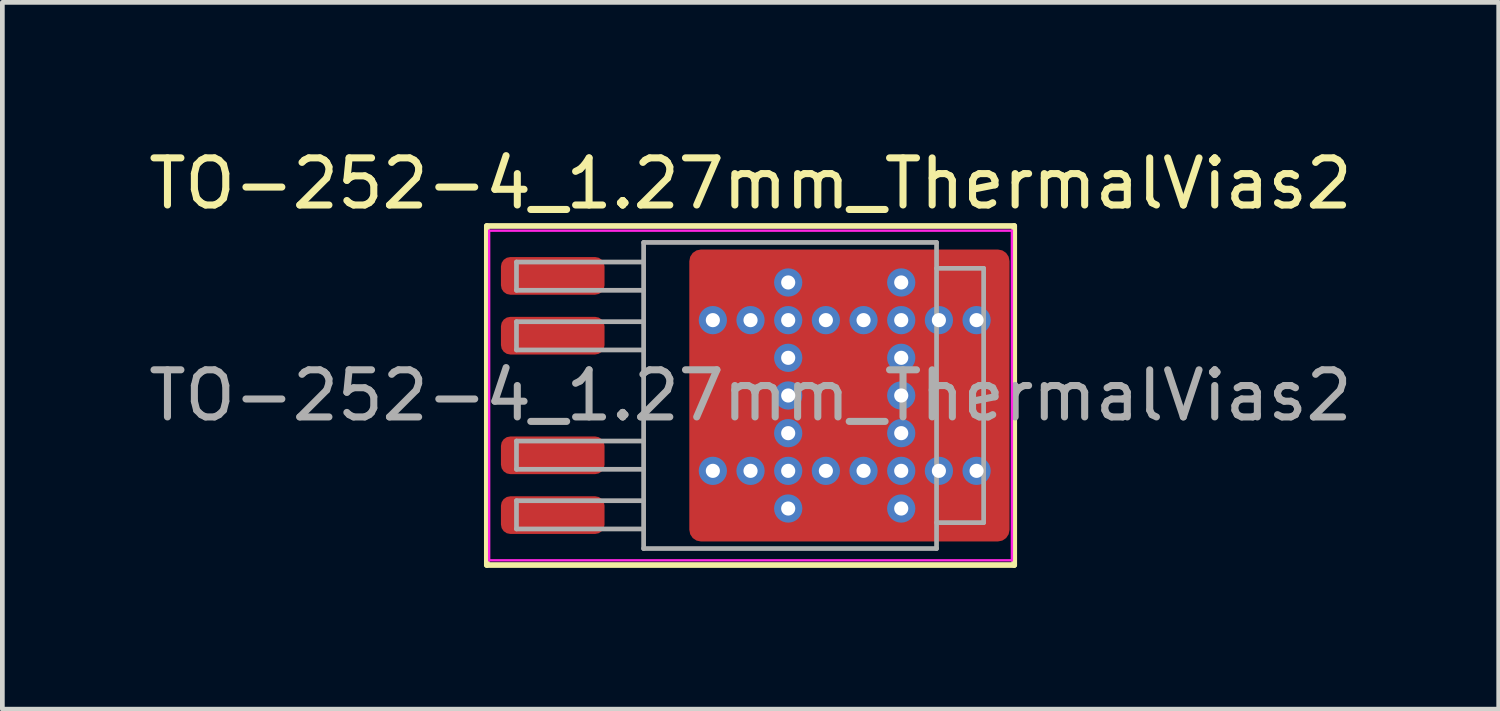
<source format=kicad_pcb>
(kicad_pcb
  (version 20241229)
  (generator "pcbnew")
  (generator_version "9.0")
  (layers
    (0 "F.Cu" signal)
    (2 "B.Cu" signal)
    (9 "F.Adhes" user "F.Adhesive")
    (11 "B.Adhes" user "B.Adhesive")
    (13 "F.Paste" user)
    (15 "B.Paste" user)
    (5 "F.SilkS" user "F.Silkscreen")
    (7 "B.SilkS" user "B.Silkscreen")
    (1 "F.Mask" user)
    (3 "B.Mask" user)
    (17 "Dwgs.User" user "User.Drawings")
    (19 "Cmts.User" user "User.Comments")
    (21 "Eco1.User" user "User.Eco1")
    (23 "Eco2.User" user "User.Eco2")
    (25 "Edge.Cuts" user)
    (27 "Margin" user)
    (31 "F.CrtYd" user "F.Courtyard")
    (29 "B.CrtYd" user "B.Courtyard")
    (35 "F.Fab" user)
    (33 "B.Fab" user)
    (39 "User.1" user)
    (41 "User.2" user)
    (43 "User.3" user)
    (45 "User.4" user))
  (footprint "TO-252-4_1.27mm_ThermalVias2"
    (layer "F.Cu")
    (at 12.887 5.348)
    (property "Reference" "TO-252-4_1.27mm_ThermalVias2" (at 0 -4.5 0) (layer "F.SilkS") (effects (font (size 1 1) (thickness 0.15))))
    (attr smd)
    (fp_line (start -5.6 -3.6) (end -5.6 3.6) (stroke (width 0.12) (type solid)) (layer "F.SilkS"))
    (fp_line (start -5.6 3.6) (end 5.6 3.6) (stroke (width 0.12) (type solid)) (layer "F.SilkS"))
    (fp_line (start 5.6 -3.6) (end -5.6 -3.6) (stroke (width 0.12) (type solid)) (layer "F.SilkS"))
    (fp_line (start 5.6 3.6) (end 5.6 -3.6) (stroke (width 0.12) (type solid)) (layer "F.SilkS"))
    (fp_line (start -5.55 -3.5) (end -5.55 3.5) (stroke (width 0.05) (type solid)) (layer "F.CrtYd"))
    (fp_line (start -5.55 3.5) (end 5.55 3.5) (stroke (width 0.05) (type solid)) (layer "F.CrtYd"))
    (fp_line (start 5.55 -3.5) (end -5.55 -3.5) (stroke (width 0.05) (type solid)) (layer "F.CrtYd"))
    (fp_line (start 5.55 3.5) (end 5.55 -3.5) (stroke (width 0.05) (type solid)) (layer "F.CrtYd"))
    (fp_line (start -4.97 -2.834) (end -4.97 -2.234) (stroke (width 0.1) (type solid)) (layer "F.Fab"))
    (fp_line (start -4.97 -2.234) (end -2.27 -2.234) (stroke (width 0.1) (type solid)) (layer "F.Fab"))
    (fp_line (start -4.97 -1.567) (end -4.97 -0.967) (stroke (width 0.1) (type solid)) (layer "F.Fab"))
    (fp_line (start -4.97 -0.967) (end -2.27 -0.967) (stroke (width 0.1) (type solid)) (layer "F.Fab"))
    (fp_line (start -4.97 0.967) (end -4.97 1.567) (stroke (width 0.1) (type solid)) (layer "F.Fab"))
    (fp_line (start -4.97 1.567) (end -2.27 1.567) (stroke (width 0.1) (type solid)) (layer "F.Fab"))
    (fp_line (start -4.97 2.234) (end -4.97 2.834) (stroke (width 0.1) (type solid)) (layer "F.Fab"))
    (fp_line (start -4.97 2.834) (end -2.27 2.834) (stroke (width 0.1) (type solid)) (layer "F.Fab"))
    (fp_line (start -2.3 -2.834) (end -4.97 -2.834) (stroke (width 0.1) (type solid)) (layer "F.Fab"))
    (fp_line (start -2.27 -3.25) (end 3.95 -3.25) (stroke (width 0.1) (type solid)) (layer "F.Fab"))
    (fp_line (start -2.27 -1.567) (end -4.97 -1.567) (stroke (width 0.1) (type solid)) (layer "F.Fab"))
    (fp_line (start -2.27 0.967) (end -4.97 0.967) (stroke (width 0.1) (type solid)) (layer "F.Fab"))
    (fp_line (start -2.27 2.234) (end -4.97 2.234) (stroke (width 0.1) (type solid)) (layer "F.Fab"))
    (fp_line (start -2.27 3.25) (end -2.27 -3.25) (stroke (width 0.1) (type solid)) (layer "F.Fab"))
    (fp_line (start 3.95 -3.25) (end 3.95 3.25) (stroke (width 0.1) (type solid)) (layer "F.Fab"))
    (fp_line (start 3.95 -2.7) (end 4.95 -2.7) (stroke (width 0.1) (type solid)) (layer "F.Fab"))
    (fp_line (start 3.95 3.25) (end -2.27 3.25) (stroke (width 0.1) (type solid)) (layer "F.Fab"))
    (fp_line (start 4.95 -2.7) (end 4.95 2.7) (stroke (width 0.1) (type solid)) (layer "F.Fab"))
    (fp_line (start 4.95 2.7) (end 3.95 2.7) (stroke (width 0.1) (type solid)) (layer "F.Fab"))
    (fp_text user "${REFERENCE}" (at 0 0 0) (layer "F.Fab") (effects (font (size 1 1) (thickness 0.15))))
    (pad "" smd roundrect (at -0.7 -2.4) (size 0.6 0.8) (layers "F.Paste") (roundrect_rratio 0.25))
    (pad "" smd roundrect (at -0.7 -0.875) (size 0.6 0.65) (layers "F.Paste") (roundrect_rratio 0.25))
    (pad "" smd roundrect (at -0.7 0) (size 0.6 0.7) (layers "F.Paste") (roundrect_rratio 0.25))
    (pad "" smd roundrect (at -0.7 0.875) (size 0.6 0.65) (layers "F.Paste") (roundrect_rratio 0.25))
    (pad "" smd roundrect (at -0.7 2.4) (size 0.6 0.8) (layers "F.Paste") (roundrect_rratio 0.25))
    (pad "" smd roundrect (at -0.3 -2.4 90) (size 1 1.6) (layers "F.Mask") (roundrect_rratio 0.25))
    (pad "" smd roundrect (at -0.3 0 90) (size 2.6 1.6) (layers "F.Mask") (roundrect_rratio 0.156))
    (pad "" smd roundrect (at -0.3 2.4 90) (size 1 1.6) (layers "F.Mask") (roundrect_rratio 0.25))
    (pad "" smd roundrect (at 0.1 -2.4) (size 0.6 0.8) (layers "F.Paste") (roundrect_rratio 0.25))
    (pad "" smd roundrect (at 0.1 -0.875) (size 0.6 0.65) (layers "F.Paste") (roundrect_rratio 0.25))
    (pad "" smd roundrect (at 0.1 0) (size 0.6 0.7) (layers "F.Paste") (roundrect_rratio 0.25))
    (pad "" smd roundrect (at 0.1 0.875) (size 0.6 0.65) (layers "F.Paste") (roundrect_rratio 0.25))
    (pad "" smd roundrect (at 0.1 2.4) (size 0.6 0.8) (layers "F.Paste") (roundrect_rratio 0.25))
    (pad "" smd roundrect (at 1.575 -2.4) (size 0.65 0.8) (layers "F.Paste") (roundrect_rratio 0.25))
    (pad "" smd roundrect (at 1.575 -0.875) (size 0.65 0.65) (layers "F.Paste") (roundrect_rratio 0.25))
    (pad "" smd roundrect (at 1.575 0) (size 0.65 0.7) (layers "F.Paste") (roundrect_rratio 0.25))
    (pad "" smd roundrect (at 1.575 0.875) (size 0.65 0.65) (layers "F.Paste") (roundrect_rratio 0.25))
    (pad "" smd roundrect (at 1.575 2.4) (size 0.65 0.8) (layers "F.Paste") (roundrect_rratio 0.25))
    (pad "" smd roundrect (at 2 -2.4 90) (size 1 1.8) (layers "F.Mask") (roundrect_rratio 0.25))
    (pad "" smd roundrect (at 2 0 90) (size 2.6 1.8) (layers "F.Mask") (roundrect_rratio 0.139))
    (pad "" smd roundrect (at 2 2.4 90) (size 1 1.8) (layers "F.Mask") (roundrect_rratio 0.25))
    (pad "" smd roundrect (at 2.425 -2.4) (size 0.65 0.8) (layers "F.Paste") (roundrect_rratio 0.25))
    (pad "" smd roundrect (at 2.425 -0.875) (size 0.65 0.65) (layers "F.Paste") (roundrect_rratio 0.25))
    (pad "" smd roundrect (at 2.425 0) (size 0.65 0.7) (layers "F.Paste") (roundrect_rratio 0.25))
    (pad "" smd roundrect (at 2.425 0.875) (size 0.65 0.65) (layers "F.Paste") (roundrect_rratio 0.25))
    (pad "" smd roundrect (at 2.425 2.4) (size 0.65 0.8) (layers "F.Paste") (roundrect_rratio 0.25))
    (pad "" smd roundrect (at 3.975 -2.4) (size 0.65 0.8) (layers "F.Paste") (roundrect_rratio 0.25))
    (pad "" smd roundrect (at 3.975 -0.875) (size 0.65 0.65) (layers "F.Paste") (roundrect_rratio 0.25))
    (pad "" smd roundrect (at 3.975 0) (size 0.65 0.7) (layers "F.Paste") (roundrect_rratio 0.25))
    (pad "" smd roundrect (at 3.975 0.875) (size 0.65 0.65) (layers "F.Paste") (roundrect_rratio 0.25))
    (pad "" smd roundrect (at 3.975 2.4) (size 0.65 0.8) (layers "F.Paste") (roundrect_rratio 0.25))
    (pad "" smd roundrect (at 4.4 -2.4 90) (size 1 1.8) (layers "F.Mask") (roundrect_rratio 0.25))
    (pad "" smd roundrect (at 4.4 0 90) (size 2.6 1.8) (layers "F.Mask") (roundrect_rratio 0.139))
    (pad "" smd roundrect (at 4.4 2.4 90) (size 1 1.8) (layers "F.Mask") (roundrect_rratio 0.25))
    (pad "" smd roundrect (at 4.825 -2.4) (size 0.65 0.8) (layers "F.Paste") (roundrect_rratio 0.25))
    (pad "" smd roundrect (at 4.825 -0.875) (size 0.65 0.65) (layers "F.Paste") (roundrect_rratio 0.25))
    (pad "" smd roundrect (at 4.825 0) (size 0.65 0.7) (layers "F.Paste") (roundrect_rratio 0.25))
    (pad "" smd roundrect (at 4.825 0.875) (size 0.65 0.65) (layers "F.Paste") (roundrect_rratio 0.25))
    (pad "" smd roundrect (at 4.825 2.4) (size 0.65 0.8) (layers "F.Paste") (roundrect_rratio 0.25))
    (pad "1" smd roundrect (at -4.2 -2.54) (size 2.2 0.8) (layers "F.Cu" "F.Mask" "F.Paste") (roundrect_rratio 0.25))
    (pad "2" smd roundrect (at -4.2 -1.27) (size 2.2 0.8) (layers "F.Cu" "F.Mask" "F.Paste") (roundrect_rratio 0.25))
    (pad "3" thru_hole circle (at -0.8 -1.6) (size 0.6 0.6) (drill 0.3) (property pad_prop_heatsink) (layers "*.Cu" "*.Mask"))
    (pad "3" thru_hole circle (at -0.8 1.6) (size 0.6 0.6) (drill 0.3) (property pad_prop_heatsink) (layers "*.Cu" "*.Mask"))
    (pad "3" thru_hole circle (at 0 -1.6) (size 0.6 0.6) (drill 0.3) (property pad_prop_heatsink) (layers "*.Cu" "*.Mask"))
    (pad "3" thru_hole circle (at 0 1.6) (size 0.6 0.6) (drill 0.3) (property pad_prop_heatsink) (layers "*.Cu" "*.Mask"))
    (pad "3" thru_hole circle (at 0.8 -2.4) (size 0.6 0.6) (drill 0.3) (property pad_prop_heatsink) (layers "*.Cu" "*.Mask"))
    (pad "3" thru_hole circle (at 0.8 -1.6) (size 0.6 0.6) (drill 0.3) (property pad_prop_heatsink) (layers "*.Cu" "*.Mask"))
    (pad "3" thru_hole circle (at 0.8 -0.8) (size 0.6 0.6) (drill 0.3) (property pad_prop_heatsink) (layers "*.Cu" "*.Mask"))
    (pad "3" thru_hole circle (at 0.8 0) (size 0.6 0.6) (drill 0.3) (property pad_prop_heatsink) (layers "*.Cu" "*.Mask"))
    (pad "3" thru_hole circle (at 0.8 0.8) (size 0.6 0.6) (drill 0.3) (property pad_prop_heatsink) (layers "*.Cu" "*.Mask"))
    (pad "3" thru_hole circle (at 0.8 1.6) (size 0.6 0.6) (drill 0.3) (property pad_prop_heatsink) (layers "*.Cu" "*.Mask"))
    (pad "3" thru_hole circle (at 0.8 2.4) (size 0.6 0.6) (drill 0.3) (property pad_prop_heatsink) (layers "*.Cu" "*.Mask"))
    (pad "3" thru_hole circle (at 1.6 -1.6) (size 0.6 0.6) (drill 0.3) (property pad_prop_heatsink) (layers "*.Cu" "*.Mask"))
    (pad "3" thru_hole circle (at 1.6 1.6) (size 0.6 0.6) (drill 0.3) (property pad_prop_heatsink) (layers "*.Cu" "*.Mask"))
    (pad "3" smd roundrect (at 2.1 0) (size 6.8 6.2) (layers "F.Cu") (roundrect_rratio 0.04))
    (pad "3" thru_hole circle (at 2.4 -1.6) (size 0.6 0.6) (drill 0.3) (property pad_prop_heatsink) (layers "*.Cu" "*.Mask"))
    (pad "3" thru_hole circle (at 2.4 1.6) (size 0.6 0.6) (drill 0.3) (property pad_prop_heatsink) (layers "*.Cu" "*.Mask"))
    (pad "3" thru_hole circle (at 3.2 -2.4) (size 0.6 0.6) (drill 0.3) (property pad_prop_heatsink) (layers "*.Cu" "*.Mask"))
    (pad "3" thru_hole circle (at 3.2 -1.6) (size 0.6 0.6) (drill 0.3) (property pad_prop_heatsink) (layers "*.Cu" "*.Mask"))
    (pad "3" thru_hole circle (at 3.2 -0.8) (size 0.6 0.6) (drill 0.3) (property pad_prop_heatsink) (layers "*.Cu" "*.Mask"))
    (pad "3" thru_hole circle (at 3.2 0) (size 0.6 0.6) (drill 0.3) (property pad_prop_heatsink) (layers "*.Cu" "*.Mask"))
    (pad "3" thru_hole circle (at 3.2 0.8) (size 0.6 0.6) (drill 0.3) (property pad_prop_heatsink) (layers "*.Cu" "*.Mask"))
    (pad "3" thru_hole circle (at 3.2 1.6) (size 0.6 0.6) (drill 0.3) (property pad_prop_heatsink) (layers "*.Cu" "*.Mask"))
    (pad "3" thru_hole circle (at 3.2 2.4) (size 0.6 0.6) (drill 0.3) (property pad_prop_heatsink) (layers "*.Cu" "*.Mask"))
    (pad "3" thru_hole circle (at 4 -1.6) (size 0.6 0.6) (drill 0.3) (property pad_prop_heatsink) (layers "*.Cu" "*.Mask"))
    (pad "3" thru_hole circle (at 4 1.6) (size 0.6 0.6) (drill 0.3) (property pad_prop_heatsink) (layers "*.Cu" "*.Mask"))
    (pad "3" thru_hole circle (at 4.8 -1.6) (size 0.6 0.6) (drill 0.3) (property pad_prop_heatsink) (layers "*.Cu" "*.Mask"))
    (pad "3" thru_hole circle (at 4.8 1.6) (size 0.6 0.6) (drill 0.3) (property pad_prop_heatsink) (layers "*.Cu" "*.Mask"))
    (pad "4" smd roundrect (at -4.2 1.27) (size 2.2 0.8) (layers "F.Cu" "F.Mask" "F.Paste") (roundrect_rratio 0.25))
    (pad "5" smd roundrect (at -4.2 2.54) (size 2.2 0.8) (layers "F.Cu" "F.Mask" "F.Paste") (roundrect_rratio 0.25)))
  (gr_rect
    (start -3 -3)
    (end 28.774 12.008)
    (stroke (width 0.1) (type default))
    (fill no)
    (layer "Edge.Cuts")))
</source>
